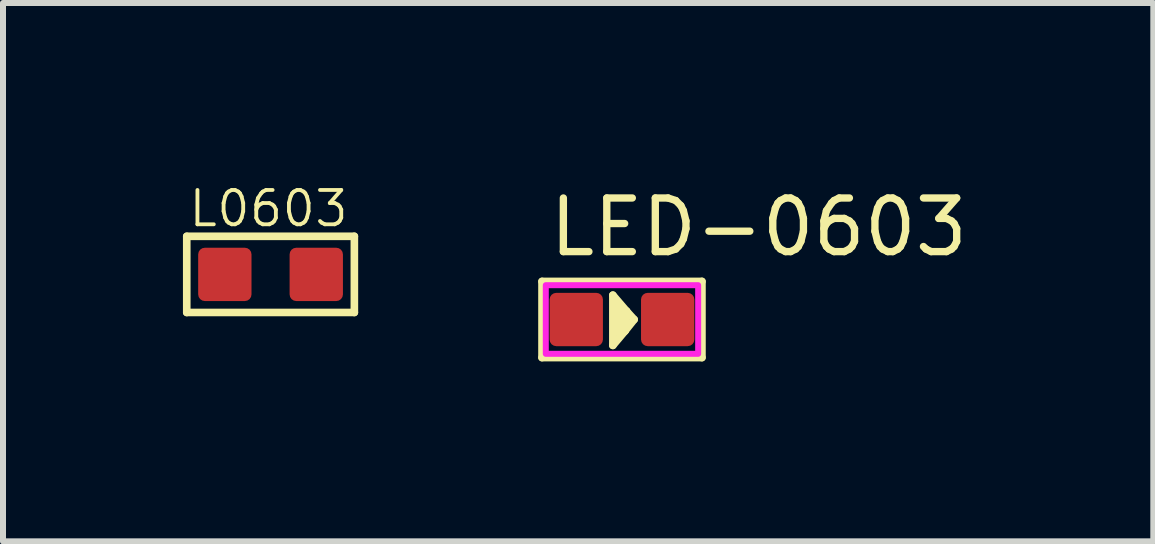
<source format=kicad_pcb>
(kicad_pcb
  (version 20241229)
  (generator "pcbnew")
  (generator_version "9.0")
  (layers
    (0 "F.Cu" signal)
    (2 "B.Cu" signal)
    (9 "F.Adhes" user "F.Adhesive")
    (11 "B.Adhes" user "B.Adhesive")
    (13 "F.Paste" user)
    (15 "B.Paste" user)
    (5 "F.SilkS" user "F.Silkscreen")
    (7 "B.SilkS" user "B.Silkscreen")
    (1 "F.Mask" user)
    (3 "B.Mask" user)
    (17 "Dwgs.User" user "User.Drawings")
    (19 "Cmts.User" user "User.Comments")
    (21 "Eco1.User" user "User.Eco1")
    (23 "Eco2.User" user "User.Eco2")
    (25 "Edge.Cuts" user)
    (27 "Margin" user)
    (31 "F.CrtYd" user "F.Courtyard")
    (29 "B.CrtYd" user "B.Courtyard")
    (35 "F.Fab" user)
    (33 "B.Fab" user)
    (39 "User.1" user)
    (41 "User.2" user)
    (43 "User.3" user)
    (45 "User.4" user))
  (footprint "LED-0603"
    (layer "F.Cu")
    (at 7.318 2.276)
    (property "Reference" "LED-0603" (at -1.27 -1.016 0) (layer "F.SilkS") (effects (font (size 0.894 0.894) (thickness 0.122)) (justify left bottom)))
    (fp_line (start -1.333 -0.635) (end 1.333 -0.635) (stroke (width 0.127) (type solid)) (layer "F.SilkS"))
    (fp_line (start -1.333 0.635) (end -1.333 -0.635) (stroke (width 0.127) (type solid)) (layer "F.SilkS"))
    (fp_line (start -0.152 -0.406) (end -0.152 0.432) (stroke (width 0.127) (type solid)) (layer "F.SilkS"))
    (fp_line (start -0.152 0.432) (end 0.051 0.191) (stroke (width 0.127) (type solid)) (layer "F.SilkS"))
    (fp_line (start -0.038 -0.254) (end -0.038 0.254) (stroke (width 0.127) (type solid)) (layer "F.SilkS"))
    (fp_line (start 0.051 0.191) (end 0.203 0) (stroke (width 0.127) (type solid)) (layer "F.SilkS"))
    (fp_line (start 0.076 -0.14) (end -0.152 -0.406) (stroke (width 0.127) (type solid)) (layer "F.SilkS"))
    (fp_line (start 0.076 -0.14) (end 0.051 0.191) (stroke (width 0.127) (type solid)) (layer "F.SilkS"))
    (fp_line (start 0.203 0) (end 0.076 -0.14) (stroke (width 0.127) (type solid)) (layer "F.SilkS"))
    (fp_line (start 1.333 -0.635) (end 1.333 0.635) (stroke (width 0.127) (type solid)) (layer "F.SilkS"))
    (fp_line (start 1.333 0.635) (end -1.333 0.635) (stroke (width 0.127) (type solid)) (layer "F.SilkS"))
    (fp_poly (pts (xy -1.27 0.572) (xy 1.27 0.572) (xy 1.27 -0.572) (xy -1.27 -0.572)) (stroke (width 0.1) (type default)) (fill no) (layer "F.CrtYd"))
    (pad "+" smd roundrect (at -0.762 0) (size 0.889 0.889) (layers "F.Cu" "F.Mask" "F.Paste") (roundrect_rratio 0.125))
    (pad "-" smd roundrect (at 0.762 0) (size 0.889 0.889) (layers "F.Cu" "F.Mask" "F.Paste") (roundrect_rratio 0.125)))
  (footprint "L0603"
    (layer "F.Cu")
    (at 1.46 1.524)
    (property "Reference" "L0603" (at -1.397 -0.762 0) (layer "F.SilkS") (effects (font (size 0.572 0.572) (thickness 0.064)) (justify left bottom)))
    (fp_line (start -1.397 -0.635) (end 1.397 -0.635) (stroke (width 0.127) (type solid)) (layer "F.SilkS"))
    (fp_line (start -1.397 0.635) (end -1.397 -0.635) (stroke (width 0.127) (type solid)) (layer "F.SilkS"))
    (fp_line (start 1.397 -0.635) (end 1.397 0.635) (stroke (width 0.127) (type solid)) (layer "F.SilkS"))
    (fp_line (start 1.397 0.635) (end -1.397 0.635) (stroke (width 0.127) (type solid)) (layer "F.SilkS"))
    (pad "1" smd roundrect (at -0.762 0) (size 0.889 0.889) (layers "F.Cu" "F.Mask" "F.Paste") (roundrect_rratio 0.125))
    (pad "2" smd roundrect (at 0.762 0) (size 0.889 0.889) (layers "F.Cu" "F.Mask" "F.Paste") (roundrect_rratio 0.125)))
  (gr_rect
    (start -3 -3)
    (end 16.175 5.974)
    (stroke (width 0.1) (type default))
    (fill no)
    (layer "Edge.Cuts")))
</source>
